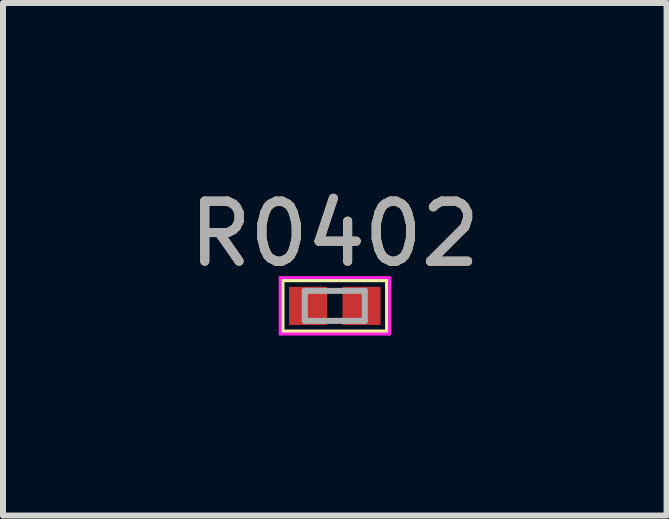
<source format=kicad_pcb>
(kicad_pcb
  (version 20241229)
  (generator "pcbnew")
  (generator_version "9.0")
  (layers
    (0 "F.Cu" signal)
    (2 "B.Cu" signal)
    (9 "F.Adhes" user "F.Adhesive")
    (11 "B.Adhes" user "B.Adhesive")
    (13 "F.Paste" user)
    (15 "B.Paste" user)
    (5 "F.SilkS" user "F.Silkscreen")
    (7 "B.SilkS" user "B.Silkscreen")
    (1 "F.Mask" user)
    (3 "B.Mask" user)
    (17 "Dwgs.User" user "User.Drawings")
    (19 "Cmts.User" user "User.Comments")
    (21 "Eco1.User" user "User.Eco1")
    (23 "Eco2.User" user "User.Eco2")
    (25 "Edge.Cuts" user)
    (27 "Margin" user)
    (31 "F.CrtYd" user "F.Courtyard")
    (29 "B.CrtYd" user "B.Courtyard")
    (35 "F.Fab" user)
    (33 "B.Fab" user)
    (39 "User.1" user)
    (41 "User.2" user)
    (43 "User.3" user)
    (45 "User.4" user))
  (footprint "R0402"
    (layer "F.Cu")
    (at 2.53 2.048)
    (property "Reference" "R0402" (at 0 -1.2 0) (layer "F.SilkS") (effects (font (size 1 1) (thickness 0.15))))
    (attr smd)
    (fp_line (start -0.876 -0.432) (end 0.876 -0.432) (stroke (width 0.076) (type solid)) (layer "F.SilkS"))
    (fp_line (start -0.876 0.432) (end -0.876 -0.432) (stroke (width 0.076) (type solid)) (layer "F.SilkS"))
    (fp_line (start 0.876 -0.432) (end 0.876 0.432) (stroke (width 0.076) (type solid)) (layer "F.SilkS"))
    (fp_line (start 0.876 0.432) (end -0.876 0.432) (stroke (width 0.076) (type solid)) (layer "F.SilkS"))
    (fp_line (start -0.91 -0.47) (end 0.91 -0.47) (stroke (width 0.05) (type solid)) (layer "F.CrtYd"))
    (fp_line (start -0.91 0.47) (end -0.91 -0.47) (stroke (width 0.05) (type solid)) (layer "F.CrtYd"))
    (fp_line (start 0.91 0.47) (end -0.91 0.47) (stroke (width 0.05) (type solid)) (layer "F.CrtYd"))
    (fp_line (start 0.912 -0.47) (end 0.912 0.47) (stroke (width 0.05) (type solid)) (layer "F.CrtYd"))
    (fp_line (start -0.5 -0.25) (end 0.5 -0.25) (stroke (width 0.1) (type solid)) (layer "F.Fab"))
    (fp_line (start -0.5 0.25) (end -0.5 -0.25) (stroke (width 0.1) (type solid)) (layer "F.Fab"))
    (fp_line (start 0.5 -0.25) (end 0.5 0.25) (stroke (width 0.1) (type solid)) (layer "F.Fab"))
    (fp_line (start 0.5 0.25) (end -0.5 0.25) (stroke (width 0.1) (type solid)) (layer "F.Fab"))
    (fp_text user "${REFERENCE}" (at 0 -1.2 0) (layer "F.Fab") (effects (font (size 1 1) (thickness 0.15))))
    (pad "1" smd rect (at -0.445 0) (size 0.635 0.635) (layers "F.Cu" "F.Mask" "F.Paste"))
    (pad "2" smd rect (at 0.445 0) (size 0.635 0.635) (layers "F.Cu" "F.Mask" "F.Paste")))
  (gr_rect
    (start -3 -3)
    (end 8.06 5.543)
    (stroke (width 0.1) (type default))
    (fill no)
    (layer "Edge.Cuts")))
</source>
